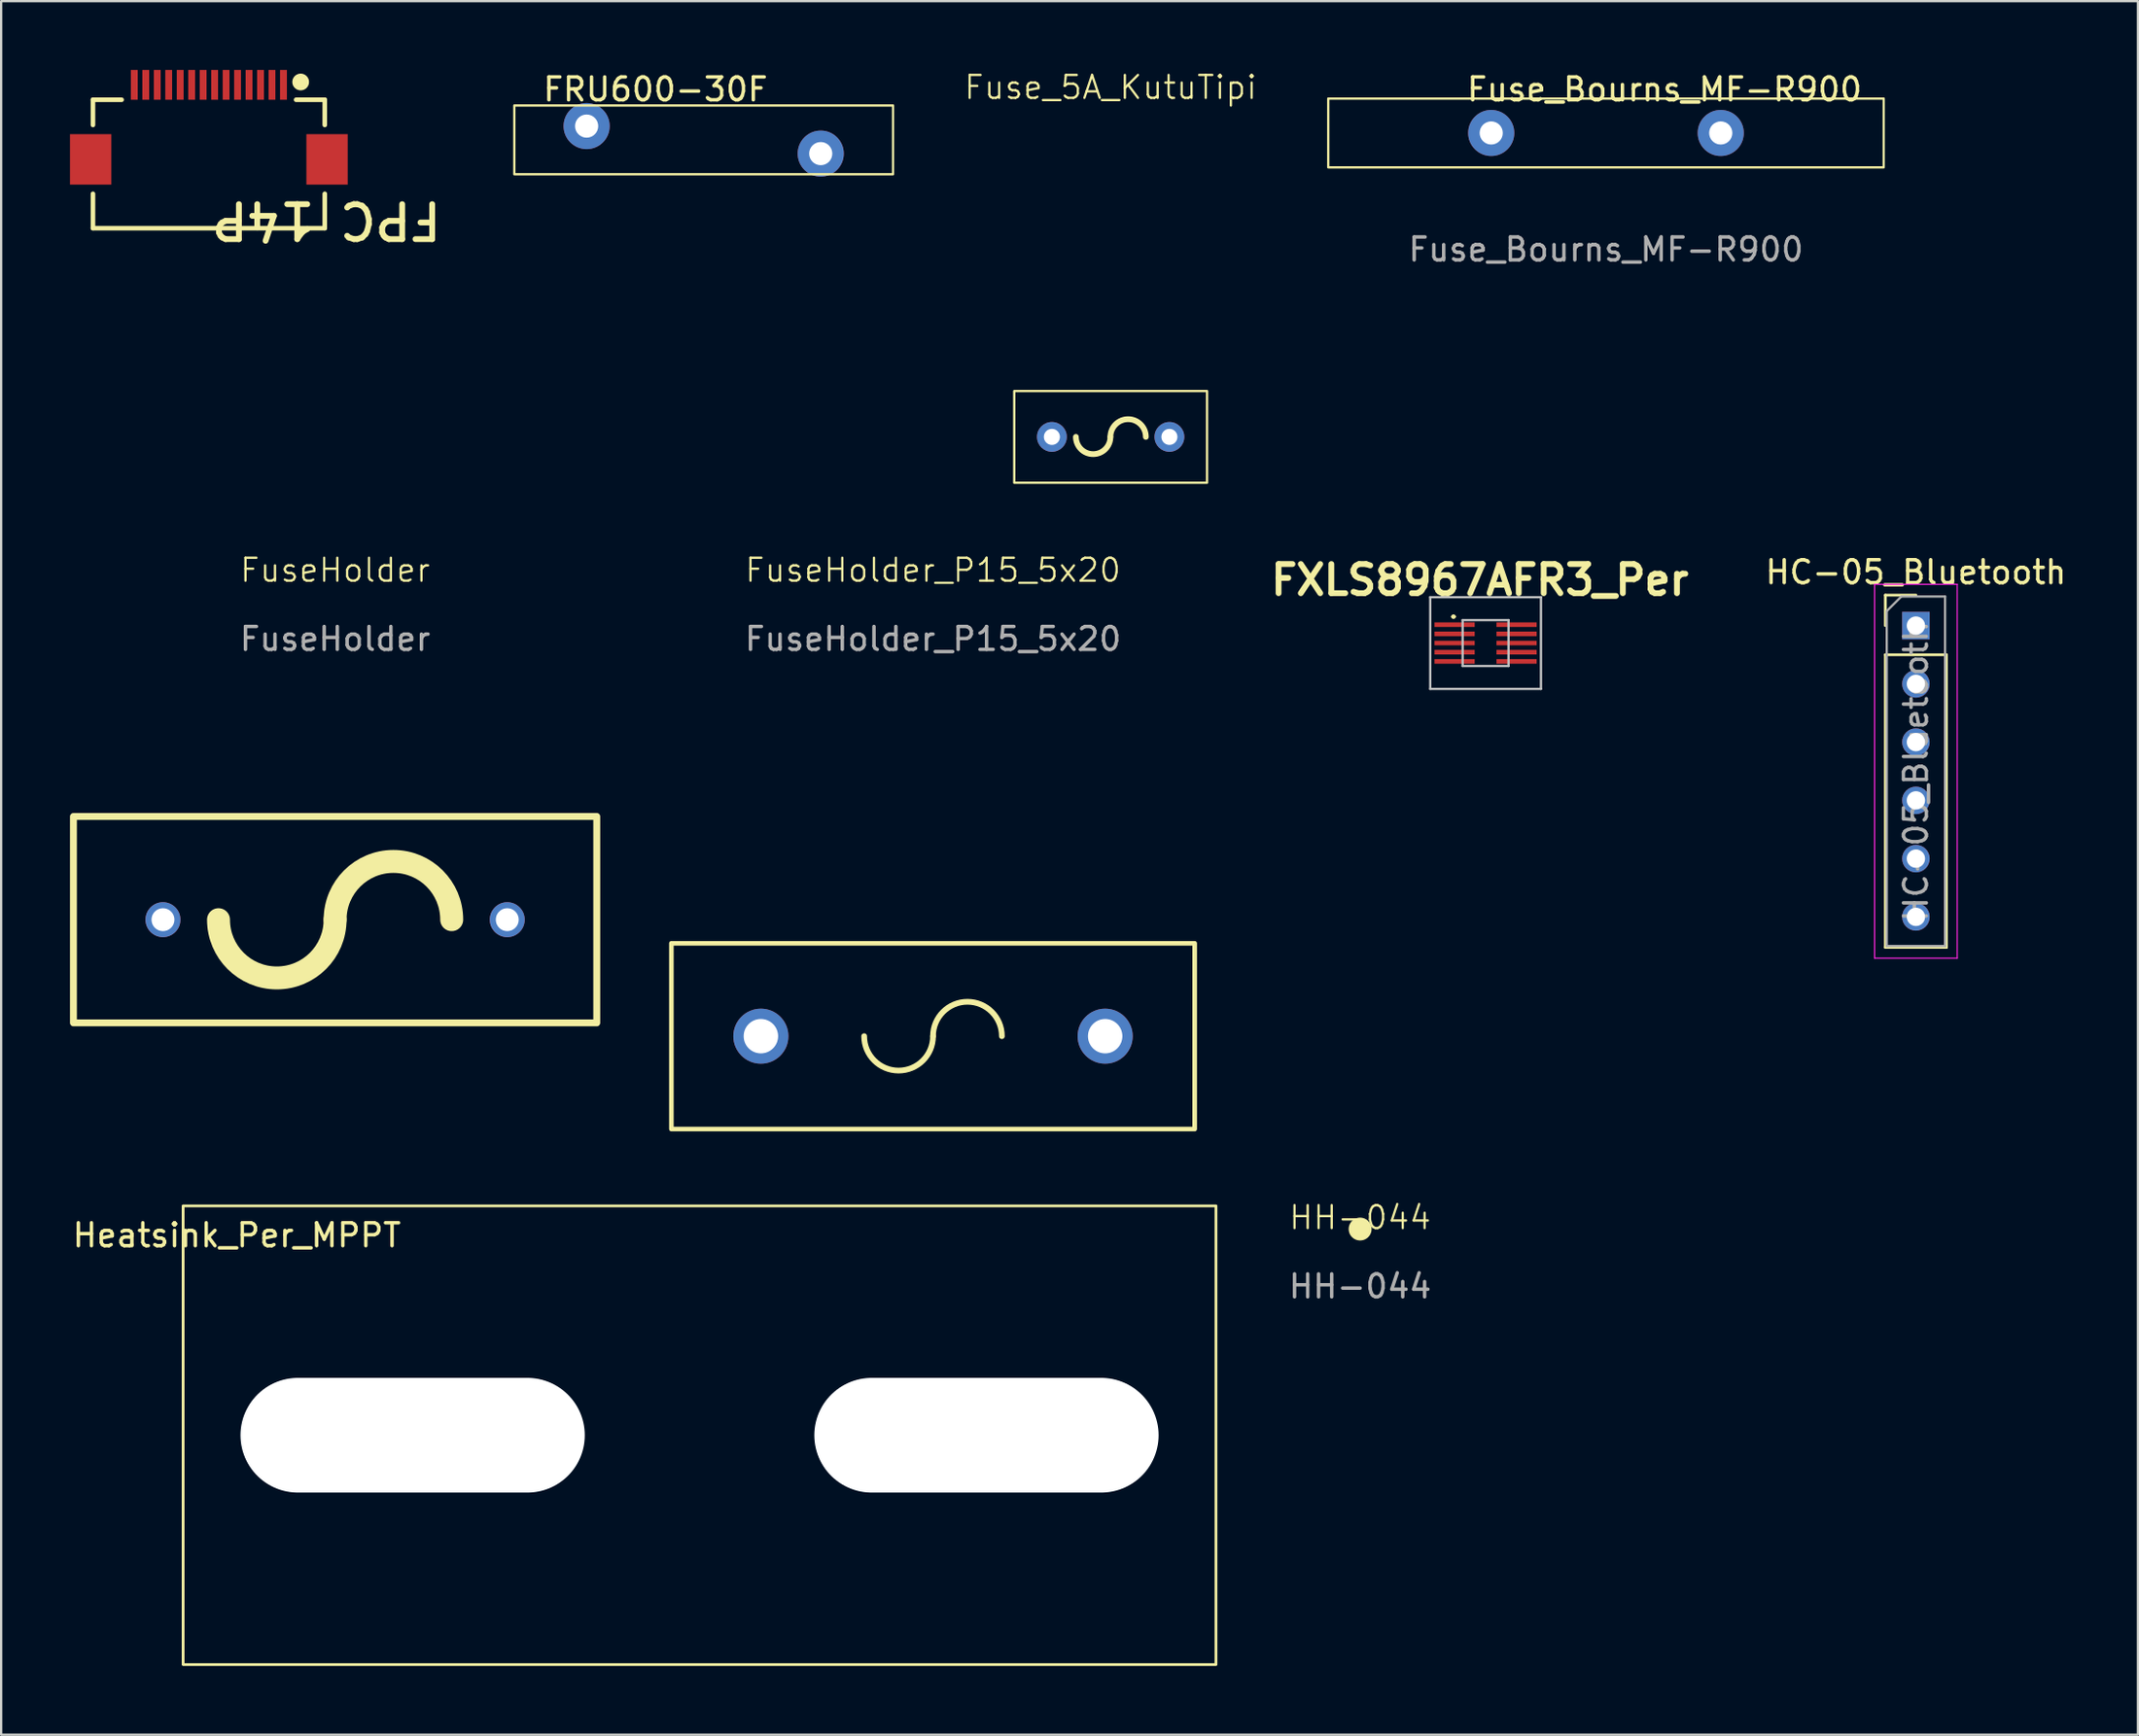
<source format=kicad_pcb>
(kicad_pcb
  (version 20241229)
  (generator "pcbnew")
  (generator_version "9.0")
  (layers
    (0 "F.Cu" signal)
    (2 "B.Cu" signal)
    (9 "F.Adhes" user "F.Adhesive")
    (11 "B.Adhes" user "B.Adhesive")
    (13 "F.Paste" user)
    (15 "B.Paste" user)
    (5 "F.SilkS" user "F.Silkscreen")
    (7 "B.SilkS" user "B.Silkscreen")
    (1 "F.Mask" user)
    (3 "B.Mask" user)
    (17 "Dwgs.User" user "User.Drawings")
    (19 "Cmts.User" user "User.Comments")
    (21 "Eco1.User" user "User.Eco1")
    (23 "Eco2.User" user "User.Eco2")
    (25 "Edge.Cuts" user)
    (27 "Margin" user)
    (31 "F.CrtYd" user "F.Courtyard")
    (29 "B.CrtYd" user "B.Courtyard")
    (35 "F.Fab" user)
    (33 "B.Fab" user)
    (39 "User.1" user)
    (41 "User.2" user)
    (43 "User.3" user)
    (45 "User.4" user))
  (footprint "FuseHolder"
    (layer "F.Cu")
    (at 11.55 37.051)
    (property "Reference" "FuseHolder" (at 0 -15.24 0) (unlocked yes) (layer "F.SilkS") (effects (font (size 1 1) (thickness 0.1))))
    (attr through_hole)
    (fp_rect (start -11.4 4.5) (end 11.4 -4.5) (stroke (width 0.3) (type default)) (fill no) (layer "F.SilkS"))
    (fp_arc (start 0 0) (mid -2.54 2.54) (end -5.08 0) (stroke (width 1) (type default)) (layer "F.SilkS"))
    (fp_arc (start 0 0) (mid 2.54 -2.54) (end 5.08 0) (stroke (width 1) (type default)) (layer "F.SilkS"))
    (fp_text user "${REFERENCE}" (at 0 -12.24 0) (unlocked yes) (layer "F.Fab") (effects (font (size 1 1) (thickness 0.15))))
    (pad "1" thru_hole circle (at -7.5 0) (size 1.524 1.524) (drill 1) (layers "*.Cu" "*.Mask"))
    (pad "2" thru_hole circle (at 7.5 0) (size 1.524 1.524) (drill 1) (layers "*.Cu" "*.Mask")))
  (footprint "FPC 14P"
    (layer "F.Cu")
    (at 4.05 3.275)
    (property "Reference" "FPC 14P" (at 12.258 2.378 180) (unlocked yes) (layer "F.SilkS") (effects (font (size 1.524 1.524) (thickness 0.254)) (justify left bottom)))
    (fp_line (start -3.05 -1.975) (end -3.05 -0.875) (stroke (width 0.2) (type solid)) (layer "F.SilkS"))
    (fp_line (start -3.05 2.125) (end -3.05 3.625) (stroke (width 0.2) (type solid)) (layer "F.SilkS"))
    (fp_line (start -1.8 -1.975) (end -3.05 -1.975) (stroke (width 0.2) (type solid)) (layer "F.SilkS"))
    (fp_line (start 7.05 -1.975) (end 5.8 -1.975) (stroke (width 0.2) (type solid)) (layer "F.SilkS"))
    (fp_line (start 7.05 -1.975) (end 7.05 -0.875) (stroke (width 0.2) (type solid)) (layer "F.SilkS"))
    (fp_line (start 7.05 2.125) (end 7.05 3.625) (stroke (width 0.2) (type solid)) (layer "F.SilkS"))
    (fp_line (start 7.05 3.625) (end -3.05 3.625) (stroke (width 0.2) (type solid)) (layer "F.SilkS"))
    (fp_circle (center 6 -2.75) (end 6.24 -2.74) (stroke (width 0.25) (type solid)) (fill yes) (layer "F.SilkS"))
    (pad "" smd rect (at -3.15 0.625 270) (size 2.2 1.8) (layers "F.Cu" "F.Mask" "F.Paste"))
    (pad "" smd rect (at 7.15 0.625 270) (size 2.2 1.8) (layers "F.Cu" "F.Mask" "F.Paste"))
    (pad "1" smd rect (at 5.25 -2.625 90) (size 1.3 0.3) (layers "F.Cu" "F.Mask" "F.Paste"))
    (pad "2" smd rect (at 4.75 -2.625 90) (size 1.3 0.3) (layers "F.Cu" "F.Mask" "F.Paste"))
    (pad "3" smd rect (at 4.25 -2.625 90) (size 1.3 0.3) (layers "F.Cu" "F.Mask" "F.Paste"))
    (pad "4" smd rect (at 3.75 -2.625 90) (size 1.3 0.3) (layers "F.Cu" "F.Mask" "F.Paste"))
    (pad "5" smd rect (at 3.25 -2.625 90) (size 1.3 0.3) (layers "F.Cu" "F.Mask" "F.Paste"))
    (pad "6" smd rect (at 2.75 -2.625 90) (size 1.3 0.3) (layers "F.Cu" "F.Mask" "F.Paste"))
    (pad "7" smd rect (at 2.25 -2.625 90) (size 1.3 0.3) (layers "F.Cu" "F.Mask" "F.Paste"))
    (pad "8" smd rect (at 1.75 -2.625 90) (size 1.3 0.3) (layers "F.Cu" "F.Mask" "F.Paste"))
    (pad "9" smd rect (at 1.25 -2.625 90) (size 1.3 0.3) (layers "F.Cu" "F.Mask" "F.Paste"))
    (pad "10" smd rect (at 0.75 -2.625 90) (size 1.3 0.3) (layers "F.Cu" "F.Mask" "F.Paste"))
    (pad "11" smd rect (at 0.25 -2.625 90) (size 1.3 0.3) (layers "F.Cu" "F.Mask" "F.Paste"))
    (pad "12" smd rect (at -0.25 -2.625 90) (size 1.3 0.3) (layers "F.Cu" "F.Mask" "F.Paste"))
    (pad "13" smd rect (at -0.75 -2.625 90) (size 1.3 0.3) (layers "F.Cu" "F.Mask" "F.Paste"))
    (pad "14" smd rect (at -1.25 -2.625 90) (size 1.3 0.3) (layers "F.Cu" "F.Mask" "F.Paste")))
  (footprint "HC-05_Bluetooth"
    (layer "F.Cu")
    (at 80.423 24.229)
    (property "Reference" "HC-05_Bluetooth" (at 0 -2.33 0) (layer "F.SilkS") (effects (font (size 1 1) (thickness 0.15))))
    (attr through_hole)
    (fp_line (start -1.33 -1.33) (end 0 -1.33) (stroke (width 0.12) (type solid)) (layer "F.SilkS"))
    (fp_line (start -1.33 0) (end -1.33 -1.33) (stroke (width 0.12) (type solid)) (layer "F.SilkS"))
    (fp_line (start -1.33 1.27) (end -1.33 14.03) (stroke (width 0.12) (type solid)) (layer "F.SilkS"))
    (fp_line (start -1.33 1.27) (end 1.33 1.27) (stroke (width 0.12) (type solid)) (layer "F.SilkS"))
    (fp_line (start -1.33 14.03) (end 1.33 14.03) (stroke (width 0.12) (type solid)) (layer "F.SilkS"))
    (fp_line (start 1.33 1.27) (end 1.33 14.03) (stroke (width 0.12) (type solid)) (layer "F.SilkS"))
    (fp_line (start -1.8 -1.8) (end -1.8 14.5) (stroke (width 0.05) (type solid)) (layer "F.CrtYd"))
    (fp_line (start -1.8 14.5) (end 1.8 14.5) (stroke (width 0.05) (type solid)) (layer "F.CrtYd"))
    (fp_line (start 1.8 -1.8) (end -1.8 -1.8) (stroke (width 0.05) (type solid)) (layer "F.CrtYd"))
    (fp_line (start 1.8 14.5) (end 1.8 -1.8) (stroke (width 0.05) (type solid)) (layer "F.CrtYd"))
    (fp_line (start -1.27 -0.635) (end -0.635 -1.27) (stroke (width 0.1) (type solid)) (layer "F.Fab"))
    (fp_line (start -1.27 13.97) (end -1.27 -0.635) (stroke (width 0.1) (type solid)) (layer "F.Fab"))
    (fp_line (start -0.635 -1.27) (end 1.27 -1.27) (stroke (width 0.1) (type solid)) (layer "F.Fab"))
    (fp_line (start 1.27 -1.27) (end 1.27 13.97) (stroke (width 0.1) (type solid)) (layer "F.Fab"))
    (fp_line (start 1.27 13.97) (end -1.27 13.97) (stroke (width 0.1) (type solid)) (layer "F.Fab"))
    (fp_text user "${REFERENCE}" (at 0 6.35 90) (layer "F.Fab") (effects (font (size 1 1) (thickness 0.15))))
    (pad "1" thru_hole rect (at 0 0) (size 1.2 1.2) (drill 0.8) (layers "*.Cu" "*.Mask"))
    (pad "2" thru_hole oval (at 0 2.54) (size 1.2 1.2) (drill 0.8) (layers "*.Cu" "*.Mask"))
    (pad "3" thru_hole oval (at 0 5.08) (size 1.2 1.2) (drill 0.8) (layers "*.Cu" "*.Mask"))
    (pad "4" thru_hole oval (at 0 7.62) (size 1.2 1.2) (drill 0.8) (layers "*.Cu" "*.Mask"))
    (pad "5" thru_hole oval (at 0 10.16) (size 1.2 1.2) (drill 0.8) (layers "*.Cu" "*.Mask"))
    (pad "6" thru_hole oval (at 0 12.7) (size 1.2 1.2) (drill 0.8) (layers "*.Cu" "*.Mask")))
  (footprint "FuseHolder_P15_5x20"
    (layer "F.Cu")
    (at 37.6 42.131)
    (property "Reference" "FuseHolder_P15_5x20" (at 0 -20.32 0) (unlocked yes) (layer "F.SilkS") (effects (font (size 1 1) (thickness 0.1))))
    (attr through_hole)
    (fp_rect (start -11.4 -4.05) (end 11.4 4.05) (stroke (width 0.2) (type default)) (fill no) (layer "F.SilkS"))
    (fp_arc (start 0 0) (mid -1.5 1.5) (end -3 0) (stroke (width 0.25) (type default)) (layer "F.SilkS"))
    (fp_arc (start 0 0) (mid 1.5 -1.5) (end 3 0) (stroke (width 0.25) (type default)) (layer "F.SilkS"))
    (fp_text user "${REFERENCE}" (at 0 -17.32 0) (unlocked yes) (layer "F.Fab") (effects (font (size 1 1) (thickness 0.15))))
    (pad "1" thru_hole circle (at -7.5 0) (size 2.4 2.4) (drill 1.5) (layers "*.Cu" "*.Mask"))
    (pad "2" thru_hole circle (at 7.5 0) (size 2.4 2.4) (drill 1.5) (layers "*.Cu" "*.Mask")))
  (footprint "Heatsink_Per_MPPT"
    (layer "F.Cu")
    (at 4.928 49.531)
    (property "Reference" "Heatsink_Per_MPPT" (at 2.34 1.28 180) (layer "F.SilkS") (effects (font (size 1 1) (thickness 0.15))))
    (attr through_hole)
    (fp_rect (start 0 0) (end 45 20) (stroke (width 0.12) (type solid)) (fill no) (layer "F.SilkS"))
    (pad "" np_thru_hole oval (at 10 10) (size 15 5) (drill oval 15 5) (layers "*.Cu" "*.Mask"))
    (pad "" np_thru_hole oval (at 35 10) (size 15 5) (drill oval 15 5) (layers "*.Cu" "*.Mask")))
  (footprint "Fuse_Bourns_MF-R900"
    (layer "F.Cu")
    (at 66.92 2.748)
    (property "Reference" "Fuse_Bourns_MF-R900" (at 2.55 -1.9 0) (layer "F.SilkS") (effects (font (size 1 1) (thickness 0.15))))
    (attr through_hole)
    (fp_rect (start 12.1 -1.5) (end -12.1 1.5) (stroke (width 0.1) (type default)) (fill no) (layer "F.SilkS"))
    (fp_text user "${REFERENCE}" (at 0 5.08 0) (layer "F.Fab") (effects (font (size 1 1) (thickness 0.15))))
    (pad "1" thru_hole circle (at -5 0) (size 2.01 2.01) (drill 1.01) (layers "*.Cu" "*.Mask"))
    (pad "2" thru_hole circle (at 5 0) (size 2.01 2.01) (drill 1.01) (layers "*.Cu" "*.Mask")))
  (footprint "HH-044"
    (layer "F.Cu")
    (at 56.208 50.541)
    (property "Reference" "HH-044" (at 0 -0.5 0) (unlocked yes) (layer "F.SilkS") (effects (font (size 1 1) (thickness 0.1))))
    (fp_circle (center 0 0) (end 0.25 0) (stroke (width 0.5) (type default)) (fill no) (layer "F.SilkS"))
    (fp_text user "${REFERENCE}" (at 0 2.5 0) (unlocked yes) (layer "F.Fab") (effects (font (size 1 1) (thickness 0.15)))))
  (footprint "FRU600-30F"
    (layer "F.Cu")
    (at 27.608 3.048)
    (property "Reference" "FRU600-30F" (at -2.1 -2.2 180) (layer "F.SilkS") (effects (font (size 1 1) (thickness 0.15))))
    (attr through_hole)
    (fp_rect (start 8.25 -1.5) (end -8.25 1.5) (stroke (width 0.1) (type default)) (fill no) (layer "F.SilkS"))
    (pad "1" thru_hole circle (at -5.1 -0.6) (size 2.01 2.01) (drill 1.01) (layers "*.Cu" "*.Mask"))
    (pad "2" thru_hole circle (at 5.1 0.6) (size 2.01 2.01) (drill 1.01) (layers "*.Cu" "*.Mask")))
  (footprint "Fuse_5A_KutuTipi"
    (layer "F.Cu")
    (at 45.339 16)
    (property "Reference" "Fuse_5A_KutuTipi" (at 0 -15.24 0) (unlocked yes) (layer "F.SilkS") (effects (font (size 1 1) (thickness 0.1))))
    (attr through_hole)
    (fp_rect (start -4.2 2) (end 4.2 -2) (stroke (width 0.1) (type default)) (fill no) (layer "F.SilkS"))
    (fp_arc (start -0.01 0) (mid -0.762 0.752) (end -1.514 0) (stroke (width 0.25) (type default)) (layer "F.SilkS"))
    (fp_arc (start -0.01 0) (mid 0.762 -0.772) (end 1.534 0) (stroke (width 0.25) (type default)) (layer "F.SilkS"))
    (pad "1" thru_hole circle (at -2.56 0) (size 1.3 1.3) (drill 0.7) (layers "*.Cu" "*.Mask"))
    (pad "2" thru_hole circle (at 2.56 0) (size 1.3 1.3) (drill 0.7) (layers "*.Cu" "*.Mask")))
  (footprint "FXLS8967AFR3_Per"
    (layer "F.Cu")
    (at 61.675 24.989)
    (property "Reference" "FXLS8967AFR3_Per" (at -0.25 -2.75 0) (layer "F.SilkS") (effects (font (size 1.27 1.27) (thickness 0.254))))
    (attr smd)
    (fp_line (start -1.45 -1.15) (end -1.45 -1.15) (stroke (width 0.1) (type solid)) (layer "F.SilkS"))
    (fp_line (start -1.35 -1.15) (end -1.35 -1.15) (stroke (width 0.1) (type solid)) (layer "F.SilkS"))
    (fp_arc (start -1.45 -1.15) (mid -1.4 -1.2) (end -1.35 -1.15) (stroke (width 0.1) (type solid)) (layer "F.SilkS"))
    (fp_arc (start -1.35 -1.15) (mid -1.4 -1.1) (end -1.45 -1.15) (stroke (width 0.1) (type solid)) (layer "F.SilkS"))
    (fp_line (start -2.412 -2) (end 2.412 -2) (stroke (width 0.1) (type solid)) (layer "Dwgs.User"))
    (fp_line (start -2.412 2) (end -2.412 -2) (stroke (width 0.1) (type solid)) (layer "Dwgs.User"))
    (fp_line (start -1 -1) (end -1 1) (stroke (width 0.1) (type solid)) (layer "Dwgs.User"))
    (fp_line (start -1 1) (end 1 1) (stroke (width 0.1) (type solid)) (layer "Dwgs.User"))
    (fp_line (start 1 -1) (end -1 -1) (stroke (width 0.1) (type solid)) (layer "Dwgs.User"))
    (fp_line (start 1 1) (end 1 -1) (stroke (width 0.1) (type solid)) (layer "Dwgs.User"))
    (fp_line (start 2.412 -2) (end 2.412 2) (stroke (width 0.1) (type solid)) (layer "Dwgs.User"))
    (fp_line (start 2.412 2) (end -2.412 2) (stroke (width 0.1) (type solid)) (layer "Dwgs.User"))
    (pad "1" smd rect (at -1.35 -0.8 90) (size 0.2 1.75) (layers "F.Cu" "F.Mask" "F.Paste"))
    (pad "2" smd rect (at -1.35 -0.4 90) (size 0.2 1.75) (layers "F.Cu" "F.Mask" "F.Paste"))
    (pad "3" smd rect (at -1.35 0 90) (size 0.2 1.75) (layers "F.Cu" "F.Mask" "F.Paste"))
    (pad "4" smd rect (at -1.35 0.4 90) (size 0.2 1.75) (layers "F.Cu" "F.Mask" "F.Paste"))
    (pad "5" smd rect (at -1.35 0.8 90) (size 0.2 1.75) (layers "F.Cu" "F.Mask" "F.Paste"))
    (pad "6" smd rect (at 1.35 0.8 90) (size 0.2 1.75) (layers "F.Cu" "F.Mask" "F.Paste"))
    (pad "7" smd rect (at 1.35 0.4 90) (size 0.2 1.75) (layers "F.Cu" "F.Mask" "F.Paste"))
    (pad "8" smd rect (at 1.35 0 90) (size 0.2 1.75) (layers "F.Cu" "F.Mask" "F.Paste"))
    (pad "9" smd rect (at 1.35 -0.4 90) (size 0.2 1.75) (layers "F.Cu" "F.Mask" "F.Paste"))
    (pad "10" smd rect (at 1.35 -0.8 90) (size 0.2 1.75) (layers "F.Cu" "F.Mask" "F.Paste")))
  (gr_rect
    (start -3 -3)
    (end 90.096 72.591)
    (stroke (width 0.1) (type default))
    (fill no)
    (layer "Edge.Cuts")))
</source>
